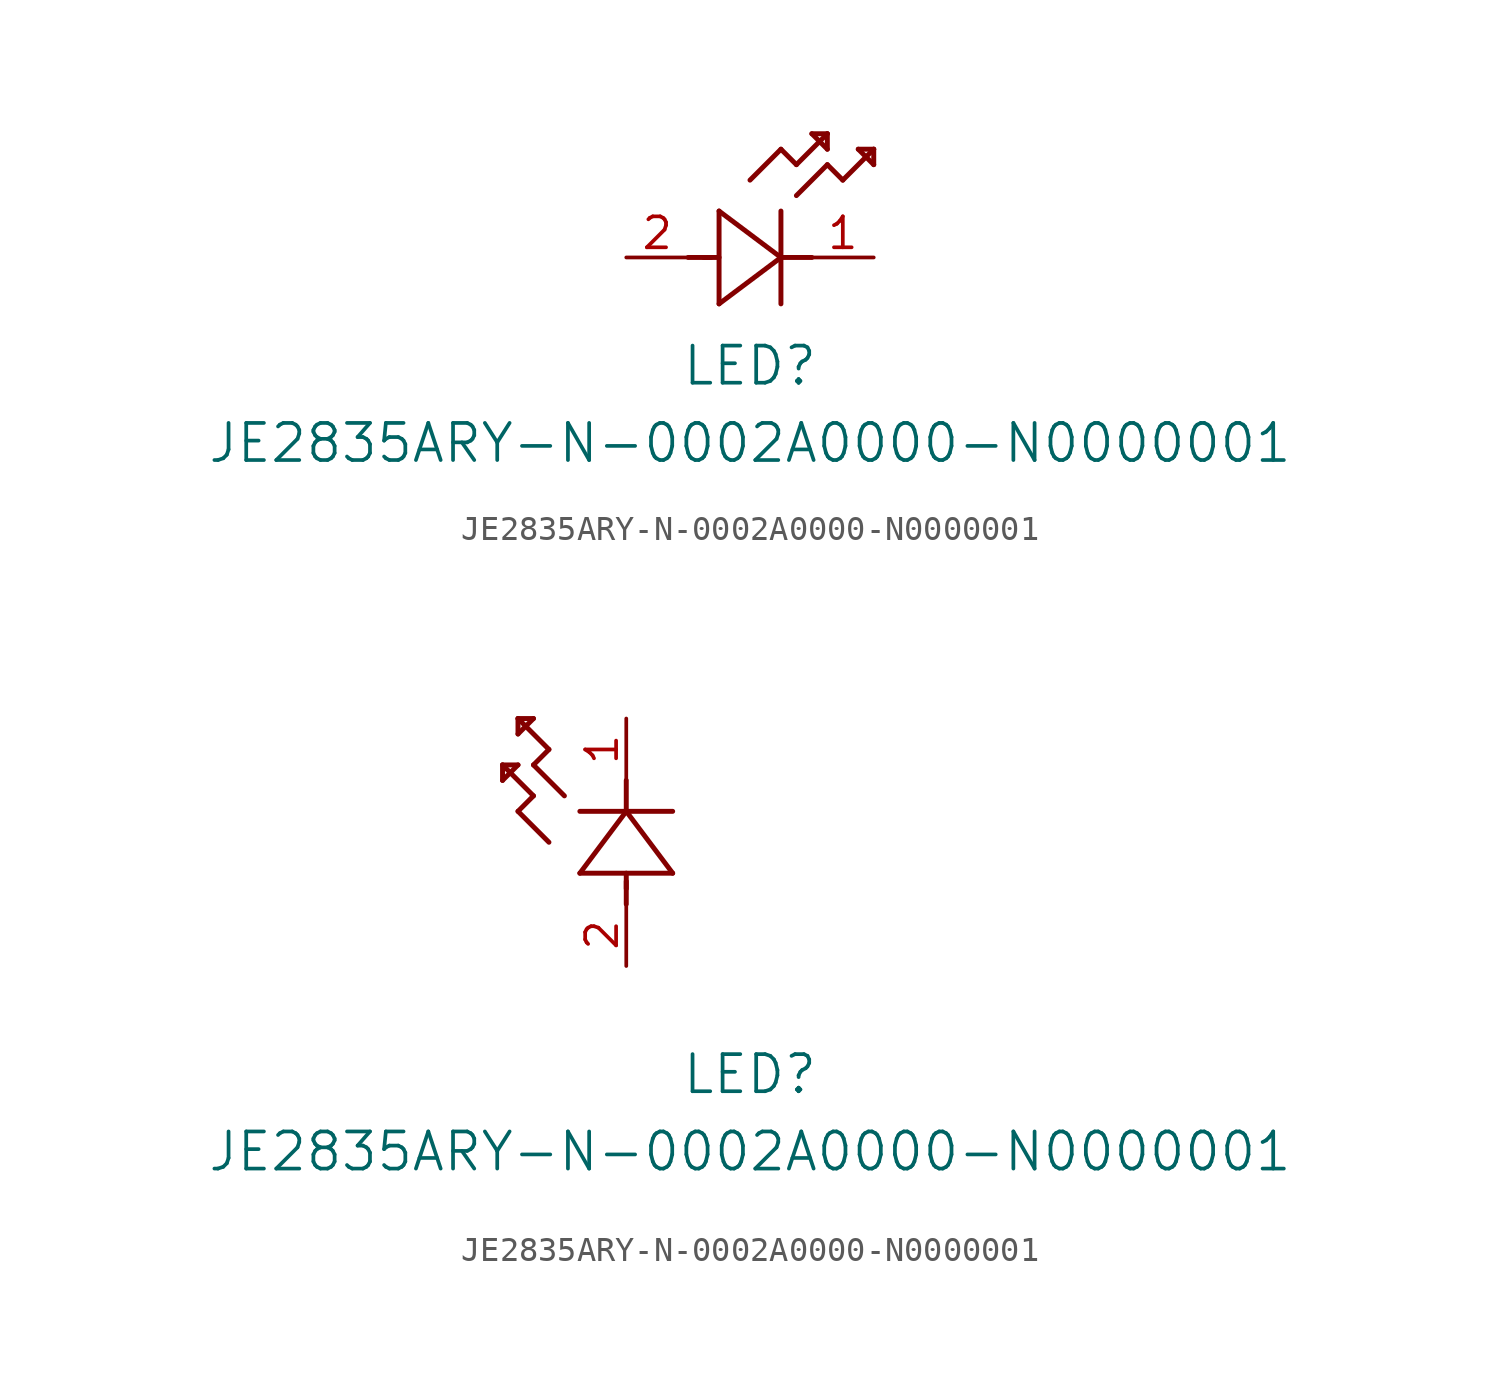
<source format=kicad_sym>
(kicad_symbol_lib
  (version 20211014)
  (generator kicad_symbol_editor)
  (symbol "JE2835ARY-N-0002A0000-N0000001"
    (pin_names
      (offset 0.254))
    (property "Reference" "LED"
      (at 5.08 -4.445 0)
      (effects (font (size 1.524 1.524))))
    (property "Value" "JE2835ARY-N-0002A0000-N0000001"
      (at 5.08 -7.62 0)
      (effects (font (size 1.524 1.524))))
    (symbol "JE2835ARY-N-0002A0000-N0000001_1_1"
      (polyline (pts (xy 2.54 0) (xy 3.48 0)) (stroke (width 0.203) (type default) (color 0 0 0 0)) (fill (type none)))
      (polyline (pts (xy 3.81 1.905) (xy 3.81 -1.905)) (stroke (width 0.203) (type default) (color 0 0 0 0)) (fill (type none)))
      (polyline (pts (xy 3.175 0) (xy 3.81 0)) (stroke (width 0.203) (type default) (color 0 0 0 0)) (fill (type none)))
      (polyline (pts (xy 6.35 -1.905) (xy 6.35 1.905)) (stroke (width 0.203) (type default) (color 0 0 0 0)) (fill (type none)))
      (polyline (pts (xy 6.35 0) (xy 7.62 0)) (stroke (width 0.203) (type default) (color 0 0 0 0)) (fill (type none)))
      (polyline (pts (xy 6.35 4.445) (xy 6.985 3.81)) (stroke (width 0.203) (type default) (color 0 0 0 0)) (fill (type none)))
      (polyline (pts (xy 6.985 3.81) (xy 8.255 5.08)) (stroke (width 0.203) (type default) (color 0 0 0 0)) (fill (type none)))
      (polyline (pts (xy 8.255 3.81) (xy 8.89 3.175)) (stroke (width 0.203) (type default) (color 0 0 0 0)) (fill (type none)))
      (polyline (pts (xy 8.89 3.175) (xy 10.16 4.445)) (stroke (width 0.203) (type default) (color 0 0 0 0)) (fill (type none)))
      (polyline (pts (xy 8.255 5.08) (xy 7.62 5.08)) (stroke (width 0.203) (type default) (color 0 0 0 0)) (fill (type none)))
      (polyline (pts (xy 7.62 5.08) (xy 8.255 4.445)) (stroke (width 0.203) (type default) (color 0 0 0 0)) (fill (type none)))
      (polyline (pts (xy 8.255 4.445) (xy 8.255 5.08)) (stroke (width 0.203) (type default) (color 0 0 0 0)) (fill (type none)))
      (polyline (pts (xy 10.16 4.445) (xy 9.525 4.445)) (stroke (width 0.203) (type default) (color 0 0 0 0)) (fill (type none)))
      (polyline (pts (xy 9.525 4.445) (xy 10.16 3.81)) (stroke (width 0.203) (type default) (color 0 0 0 0)) (fill (type none)))
      (polyline (pts (xy 10.16 3.81) (xy 10.16 4.445)) (stroke (width 0.203) (type default) (color 0 0 0 0)) (fill (type none)))
      (polyline (pts (xy 6.985 2.54) (xy 8.255 3.81)) (stroke (width 0.203) (type default) (color 0 0 0 0)) (fill (type none)))
      (polyline (pts (xy 6.35 0) (xy 3.81 1.905)) (stroke (width 0.203) (type default) (color 0 0 0 0)) (fill (type none)))
      (polyline (pts (xy 3.81 -1.905) (xy 6.35 0)) (stroke (width 0.203) (type default) (color 0 0 0 0)) (fill (type none)))
      (polyline (pts (xy 5.08 3.175) (xy 6.35 4.445)) (stroke (width 0.203) (type default) (color 0 0 0 0)) (fill (type none)))
      (pin unspecified line (at 10.16 0 180) (length 2.54) (name "" (effects (font (size 1.27 1.27)))) (number "1" (effects (font (size 1.27 1.27)))))
      (pin unspecified line (at 0 0 0) (length 2.54) (name "" (effects (font (size 1.27 1.27)))) (number "2" (effects (font (size 1.27 1.27))))))
    (symbol "JE2835ARY-N-0002A0000-N0000001_1_2"
      (polyline (pts (xy 0 2.54) (xy 0 3.48)) (stroke (width 0.203) (type default) (color 0 0 0 0)) (fill (type none)))
      (polyline (pts (xy -1.905 3.81) (xy 1.905 3.81)) (stroke (width 0.203) (type default) (color 0 0 0 0)) (fill (type none)))
      (polyline (pts (xy 0 3.175) (xy 0 3.81)) (stroke (width 0.203) (type default) (color 0 0 0 0)) (fill (type none)))
      (polyline (pts (xy 1.905 6.35) (xy -1.905 6.35)) (stroke (width 0.203) (type default) (color 0 0 0 0)) (fill (type none)))
      (polyline (pts (xy 0 6.35) (xy 0 7.62)) (stroke (width 0.203) (type default) (color 0 0 0 0)) (fill (type none)))
      (polyline (pts (xy 0 6.35) (xy -1.905 3.81)) (stroke (width 0.203) (type default) (color 0 0 0 0)) (fill (type none)))
      (polyline (pts (xy 1.905 3.81) (xy 0 6.35)) (stroke (width 0.203) (type default) (color 0 0 0 0)) (fill (type none)))
      (polyline (pts (xy -4.445 6.35) (xy -3.81 6.985)) (stroke (width 0.203) (type default) (color 0 0 0 0)) (fill (type none)))
      (polyline (pts (xy -2.54 6.985) (xy -3.81 8.255)) (stroke (width 0.203) (type default) (color 0 0 0 0)) (fill (type none)))
      (polyline (pts (xy -3.175 5.08) (xy -4.445 6.35)) (stroke (width 0.203) (type default) (color 0 0 0 0)) (fill (type none)))
      (polyline (pts (xy -4.445 10.16) (xy -4.445 9.525)) (stroke (width 0.203) (type default) (color 0 0 0 0)) (fill (type none)))
      (polyline (pts (xy -4.445 9.525) (xy -3.81 10.16)) (stroke (width 0.203) (type default) (color 0 0 0 0)) (fill (type none)))
      (polyline (pts (xy -3.81 10.16) (xy -4.445 10.16)) (stroke (width 0.203) (type default) (color 0 0 0 0)) (fill (type none)))
      (polyline (pts (xy -3.81 8.255) (xy -3.175 8.89)) (stroke (width 0.203) (type default) (color 0 0 0 0)) (fill (type none)))
      (polyline (pts (xy -3.175 8.89) (xy -4.445 10.16)) (stroke (width 0.203) (type default) (color 0 0 0 0)) (fill (type none)))
      (polyline (pts (xy -3.81 6.985) (xy -5.08 8.255)) (stroke (width 0.203) (type default) (color 0 0 0 0)) (fill (type none)))
      (polyline (pts (xy -5.08 8.255) (xy -5.08 7.62)) (stroke (width 0.203) (type default) (color 0 0 0 0)) (fill (type none)))
      (polyline (pts (xy -5.08 7.62) (xy -4.445 8.255)) (stroke (width 0.203) (type default) (color 0 0 0 0)) (fill (type none)))
      (polyline (pts (xy -4.445 8.255) (xy -5.08 8.255)) (stroke (width 0.203) (type default) (color 0 0 0 0)) (fill (type none)))
      (pin unspecified line (at 0 10.16 270) (length 2.54) (name "" (effects (font (size 1.27 1.27)))) (number "1" (effects (font (size 1.27 1.27)))))
      (pin unspecified line (at 0 0 90) (length 2.54) (name "" (effects (font (size 1.27 1.27)))) (number "2" (effects (font (size 1.27 1.27))))))))
</source>
